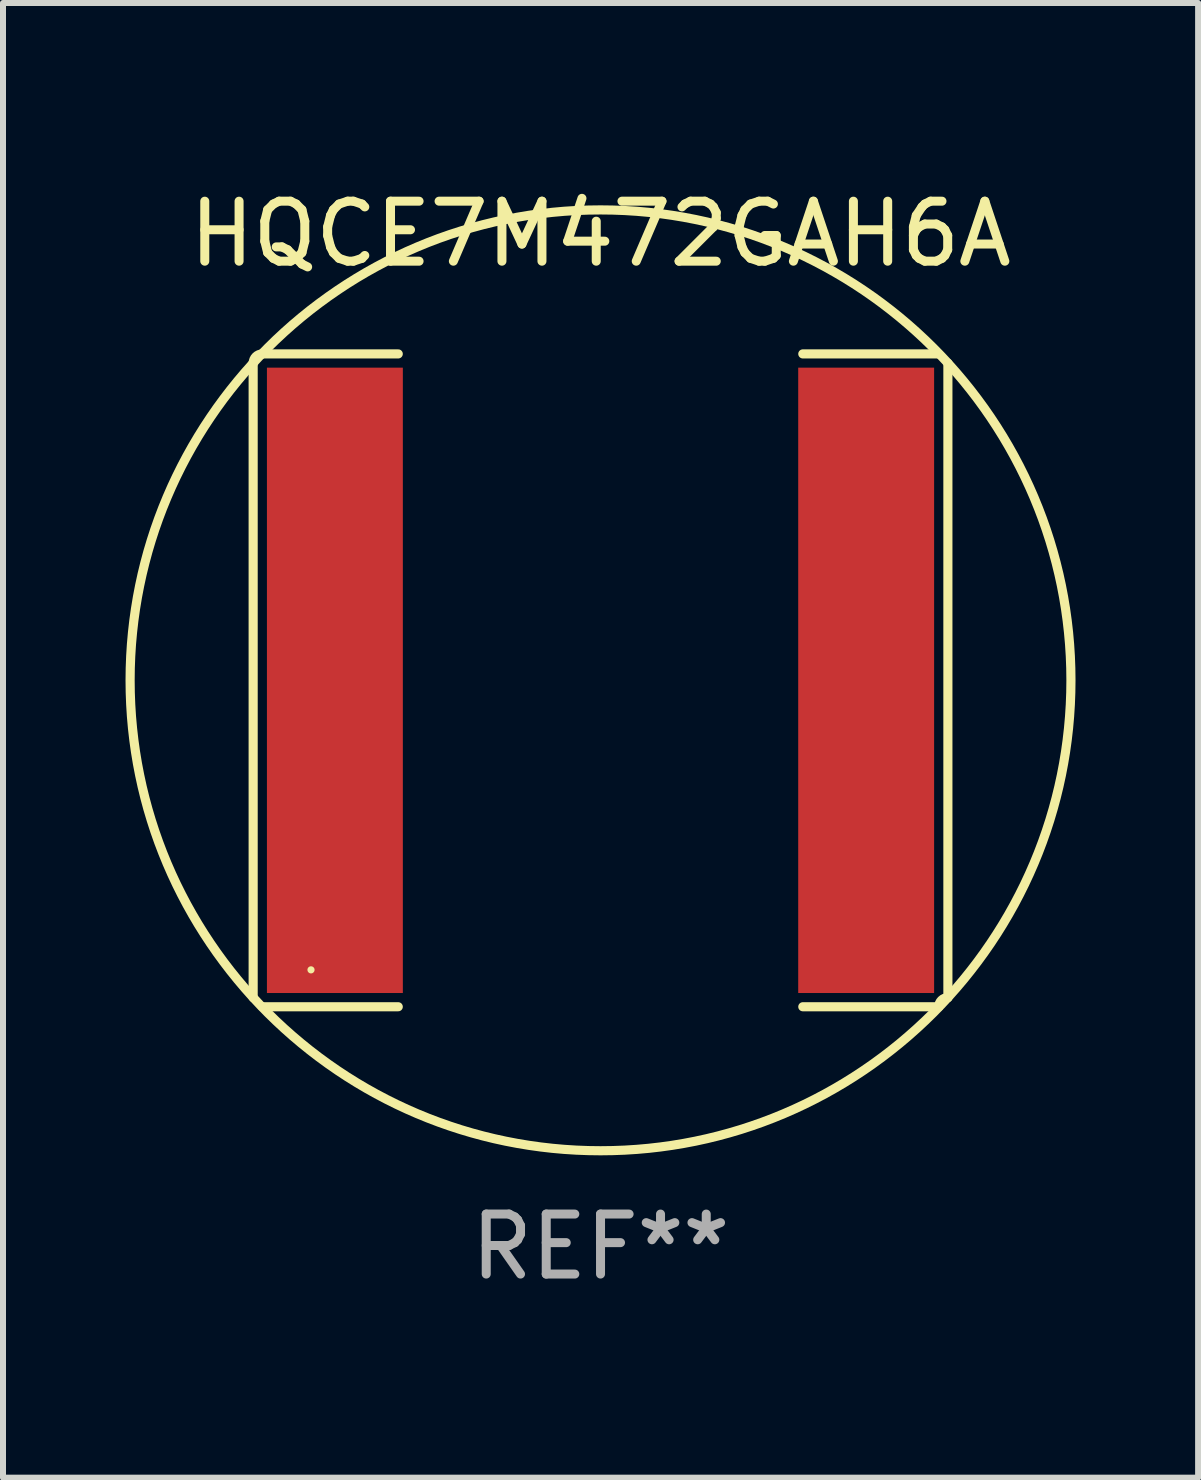
<source format=kicad_pcb>
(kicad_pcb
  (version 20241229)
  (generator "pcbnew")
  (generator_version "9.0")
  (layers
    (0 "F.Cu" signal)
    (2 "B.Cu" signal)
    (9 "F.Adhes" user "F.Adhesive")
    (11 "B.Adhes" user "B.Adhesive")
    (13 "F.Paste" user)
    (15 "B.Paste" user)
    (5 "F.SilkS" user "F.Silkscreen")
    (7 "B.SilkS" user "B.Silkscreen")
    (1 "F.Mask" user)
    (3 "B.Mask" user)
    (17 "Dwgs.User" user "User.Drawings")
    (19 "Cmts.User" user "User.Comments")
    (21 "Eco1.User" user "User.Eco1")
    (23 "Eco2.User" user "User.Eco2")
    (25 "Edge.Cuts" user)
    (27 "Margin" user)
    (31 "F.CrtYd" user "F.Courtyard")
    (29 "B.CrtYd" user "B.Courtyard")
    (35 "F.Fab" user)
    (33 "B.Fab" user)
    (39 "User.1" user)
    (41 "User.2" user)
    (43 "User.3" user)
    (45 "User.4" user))
  (footprint "HQCE7M472GAH6A"
    (layer "F.Cu")
    (at 6.958 8.288)
    (property "Reference" "HQCE7M472GAH6A" (at 0 -7.44 0) (layer "F.SilkS") (effects (font (size 1 1) (thickness 0.15))))
    (attr through_hole)
    (fp_line (start -5.789 -5.287) (end -5.789 5.287) (stroke (width 0.152) (type solid)) (layer "F.SilkS"))
    (fp_line (start -5.636 5.44) (end -3.371 5.44) (stroke (width 0.152) (type solid)) (layer "F.SilkS"))
    (fp_line (start -3.371 -5.44) (end -5.636 -5.44) (stroke (width 0.152) (type solid)) (layer "F.SilkS"))
    (fp_line (start 3.371 -5.44) (end 5.636 -5.44) (stroke (width 0.152) (type solid)) (layer "F.SilkS"))
    (fp_line (start 5.636 5.44) (end 3.371 5.44) (stroke (width 0.152) (type solid)) (layer "F.SilkS"))
    (fp_line (start 5.789 -5.287) (end 5.789 5.287) (stroke (width 0.152) (type solid)) (layer "F.SilkS"))
    (fp_arc (start -5.7886 -5.287201) (mid -5.743963 -5.394964) (end -5.6362 -5.439601) (stroke (width 0.1524) (type solid)) (layer "F.SilkS"))
    (fp_arc (start -5.7886 5.287201) (mid 5.788578 -5.287179) (end -5.7886 5.287201) (stroke (width 0.1524) (type solid)) (layer "F.SilkS"))
    (fp_arc (start 5.6362 5.439601) (mid 5.680837 5.331838) (end 5.7886 5.287201) (stroke (width 0.1524) (type solid)) (layer "F.SilkS"))
    (fp_circle (center -4.825 4.825) (end -4.795 4.825) (stroke (width 0.06) (type solid)) (fill no) (layer "F.SilkS"))
    (fp_text user "REF**" (at 0 9.44 0) (layer "F.Fab") (effects (font (size 1 1) (thickness 0.15))))
    (pad "1" smd rect (at -4.427 0) (size 2.265 10.422) (layers "F.Cu" "F.Mask" "F.Paste"))
    (pad "2" smd rect (at 4.427 0) (size 2.265 10.422) (layers "F.Cu" "F.Mask" "F.Paste")))
  (gr_rect
    (start -3 -3)
    (end 16.917 21.576)
    (stroke (width 0.1) (type default))
    (fill no)
    (layer "Edge.Cuts")))
</source>
